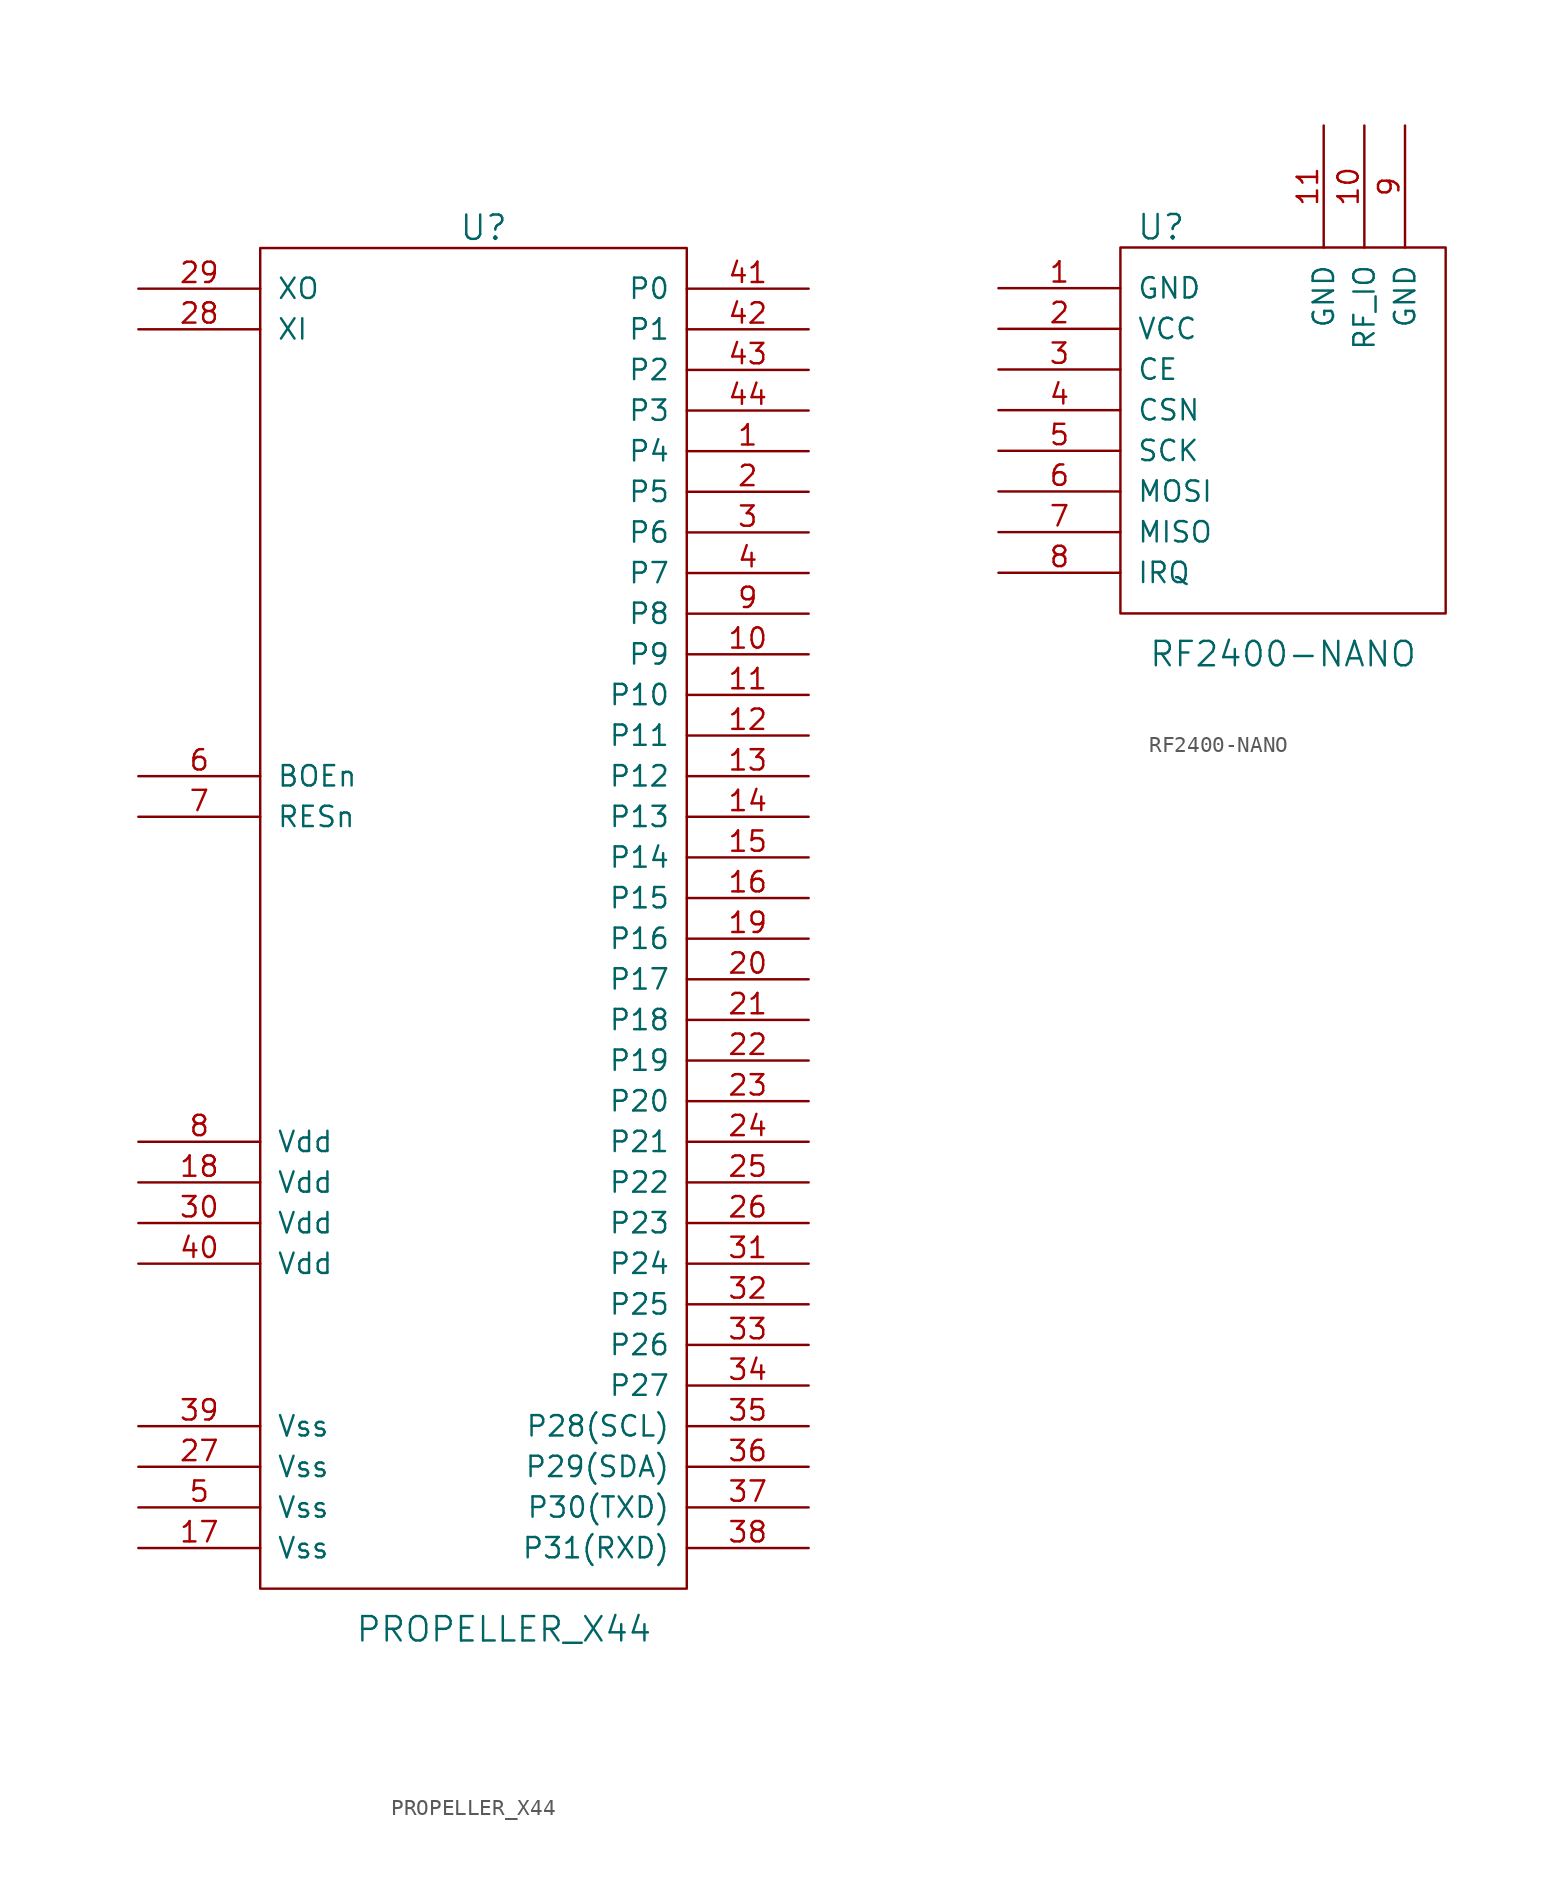
<source format=kicad_sym>
(kicad_symbol_lib
  (version 20231120)
  (generator "kicad_symbol_editor")
  (generator_version "8.0")
  (symbol "PROPELLER_X44"
    (pin_names
      (offset 1.016))
    (property "Reference" "U"
      (at 0 43.18 0)
      (effects (font (size 1.524 1.524))))
    (property "Value" "PROPELLER_X44"
      (at 1.27 -44.45 0)
      (effects (font (size 1.524 1.524))))
    (property "Footprint" ""
      (at 0 0 0)
      (effects (font (size 1.524 1.524))))
    (property "Datasheet" ""
      (at 0 0 0)
      (effects (font (size 1.524 1.524))))
    (symbol "PROPELLER_X44_0_1"
      (rectangle (start -13.97 41.91) (end 12.7 -41.91) (stroke (width 0) (type solid)) (fill (type none))))
    (symbol "PROPELLER_X44_1_1"
      (pin bidirectional line (at 20.32 29.21 180) (length 7.62) (name "P4" (effects (font (size 1.27 1.27)))) (number "1" (effects (font (size 1.27 1.27)))))
      (pin bidirectional line (at 20.32 16.51 180) (length 7.62) (name "P9" (effects (font (size 1.27 1.27)))) (number "10" (effects (font (size 1.27 1.27)))))
      (pin bidirectional line (at 20.32 13.97 180) (length 7.62) (name "P10" (effects (font (size 1.27 1.27)))) (number "11" (effects (font (size 1.27 1.27)))))
      (pin bidirectional line (at 20.32 11.43 180) (length 7.62) (name "P11" (effects (font (size 1.27 1.27)))) (number "12" (effects (font (size 1.27 1.27)))))
      (pin bidirectional line (at 20.32 8.89 180) (length 7.62) (name "P12" (effects (font (size 1.27 1.27)))) (number "13" (effects (font (size 1.27 1.27)))))
      (pin bidirectional line (at 20.32 6.35 180) (length 7.62) (name "P13" (effects (font (size 1.27 1.27)))) (number "14" (effects (font (size 1.27 1.27)))))
      (pin bidirectional line (at 20.32 3.81 180) (length 7.62) (name "P14" (effects (font (size 1.27 1.27)))) (number "15" (effects (font (size 1.27 1.27)))))
      (pin bidirectional line (at 20.32 1.27 180) (length 7.62) (name "P15" (effects (font (size 1.27 1.27)))) (number "16" (effects (font (size 1.27 1.27)))))
      (pin bidirectional line (at -21.59 -39.37 0) (length 7.62) (name "Vss" (effects (font (size 1.27 1.27)))) (number "17" (effects (font (size 1.27 1.27)))))
      (pin bidirectional line (at -21.59 -16.51 0) (length 7.62) (name "Vdd" (effects (font (size 1.27 1.27)))) (number "18" (effects (font (size 1.27 1.27)))))
      (pin bidirectional line (at 20.32 -1.27 180) (length 7.62) (name "P16" (effects (font (size 1.27 1.27)))) (number "19" (effects (font (size 1.27 1.27)))))
      (pin bidirectional line (at 20.32 26.67 180) (length 7.62) (name "P5" (effects (font (size 1.27 1.27)))) (number "2" (effects (font (size 1.27 1.27)))))
      (pin bidirectional line (at 20.32 -3.81 180) (length 7.62) (name "P17" (effects (font (size 1.27 1.27)))) (number "20" (effects (font (size 1.27 1.27)))))
      (pin bidirectional line (at 20.32 -6.35 180) (length 7.62) (name "P18" (effects (font (size 1.27 1.27)))) (number "21" (effects (font (size 1.27 1.27)))))
      (pin bidirectional line (at 20.32 -8.89 180) (length 7.62) (name "P19" (effects (font (size 1.27 1.27)))) (number "22" (effects (font (size 1.27 1.27)))))
      (pin bidirectional line (at 20.32 -11.43 180) (length 7.62) (name "P20" (effects (font (size 1.27 1.27)))) (number "23" (effects (font (size 1.27 1.27)))))
      (pin bidirectional line (at 20.32 -13.97 180) (length 7.62) (name "P21" (effects (font (size 1.27 1.27)))) (number "24" (effects (font (size 1.27 1.27)))))
      (pin bidirectional line (at 20.32 -16.51 180) (length 7.62) (name "P22" (effects (font (size 1.27 1.27)))) (number "25" (effects (font (size 1.27 1.27)))))
      (pin bidirectional line (at 20.32 -19.05 180) (length 7.62) (name "P23" (effects (font (size 1.27 1.27)))) (number "26" (effects (font (size 1.27 1.27)))))
      (pin power_in line (at -21.59 -34.29 0) (length 7.62) (name "Vss" (effects (font (size 1.27 1.27)))) (number "27" (effects (font (size 1.27 1.27)))))
      (pin input line (at -21.59 36.83 0) (length 7.62) (name "XI" (effects (font (size 1.27 1.27)))) (number "28" (effects (font (size 1.27 1.27)))))
      (pin output line (at -21.59 39.37 0) (length 7.62) (name "XO" (effects (font (size 1.27 1.27)))) (number "29" (effects (font (size 1.27 1.27)))))
      (pin bidirectional line (at 20.32 24.13 180) (length 7.62) (name "P6" (effects (font (size 1.27 1.27)))) (number "3" (effects (font (size 1.27 1.27)))))
      (pin power_in line (at -21.59 -19.05 0) (length 7.62) (name "Vdd" (effects (font (size 1.27 1.27)))) (number "30" (effects (font (size 1.27 1.27)))))
      (pin bidirectional line (at 20.32 -21.59 180) (length 7.62) (name "P24" (effects (font (size 1.27 1.27)))) (number "31" (effects (font (size 1.27 1.27)))))
      (pin bidirectional line (at 20.32 -24.13 180) (length 7.62) (name "P25" (effects (font (size 1.27 1.27)))) (number "32" (effects (font (size 1.27 1.27)))))
      (pin bidirectional line (at 20.32 -26.67 180) (length 7.62) (name "P26" (effects (font (size 1.27 1.27)))) (number "33" (effects (font (size 1.27 1.27)))))
      (pin bidirectional line (at 20.32 -29.21 180) (length 7.62) (name "P27" (effects (font (size 1.27 1.27)))) (number "34" (effects (font (size 1.27 1.27)))))
      (pin bidirectional line (at 20.32 -31.75 180) (length 7.62) (name "P28(SCL)" (effects (font (size 1.27 1.27)))) (number "35" (effects (font (size 1.27 1.27)))))
      (pin bidirectional line (at 20.32 -34.29 180) (length 7.62) (name "P29(SDA)" (effects (font (size 1.27 1.27)))) (number "36" (effects (font (size 1.27 1.27)))))
      (pin bidirectional line (at 20.32 -36.83 180) (length 7.62) (name "P30(TXD)" (effects (font (size 1.27 1.27)))) (number "37" (effects (font (size 1.27 1.27)))))
      (pin bidirectional line (at 20.32 -39.37 180) (length 7.62) (name "P31(RXD)" (effects (font (size 1.27 1.27)))) (number "38" (effects (font (size 1.27 1.27)))))
      (pin power_in line (at -21.59 -31.75 0) (length 7.62) (name "Vss" (effects (font (size 1.27 1.27)))) (number "39" (effects (font (size 1.27 1.27)))))
      (pin bidirectional line (at 20.32 21.59 180) (length 7.62) (name "P7" (effects (font (size 1.27 1.27)))) (number "4" (effects (font (size 1.27 1.27)))))
      (pin power_in line (at -21.59 -21.59 0) (length 7.62) (name "Vdd" (effects (font (size 1.27 1.27)))) (number "40" (effects (font (size 1.27 1.27)))))
      (pin bidirectional line (at 20.32 39.37 180) (length 7.62) (name "P0" (effects (font (size 1.27 1.27)))) (number "41" (effects (font (size 1.27 1.27)))))
      (pin bidirectional line (at 20.32 36.83 180) (length 7.62) (name "P1" (effects (font (size 1.27 1.27)))) (number "42" (effects (font (size 1.27 1.27)))))
      (pin bidirectional line (at 20.32 34.29 180) (length 7.62) (name "P2" (effects (font (size 1.27 1.27)))) (number "43" (effects (font (size 1.27 1.27)))))
      (pin bidirectional line (at 20.32 31.75 180) (length 7.62) (name "P3" (effects (font (size 1.27 1.27)))) (number "44" (effects (font (size 1.27 1.27)))))
      (pin power_in line (at -21.59 -36.83 0) (length 7.62) (name "Vss" (effects (font (size 1.27 1.27)))) (number "5" (effects (font (size 1.27 1.27)))))
      (pin bidirectional line (at -21.59 8.89 0) (length 7.62) (name "BOEn" (effects (font (size 1.27 1.27)))) (number "6" (effects (font (size 1.27 1.27)))))
      (pin input line (at -21.59 6.35 0) (length 7.62) (name "RESn" (effects (font (size 1.27 1.27)))) (number "7" (effects (font (size 1.27 1.27)))))
      (pin power_in line (at -21.59 -13.97 0) (length 7.62) (name "Vdd" (effects (font (size 1.27 1.27)))) (number "8" (effects (font (size 1.27 1.27)))))
      (pin bidirectional line (at 20.32 19.05 180) (length 7.62) (name "P8" (effects (font (size 1.27 1.27)))) (number "9" (effects (font (size 1.27 1.27)))))))
  (symbol "RF2400-NANO"
    (pin_names
      (offset 1.016))
    (property "Reference" "U"
      (at -7.62 12.7 0)
      (effects (font (size 1.524 1.524))))
    (property "Value" "RF2400-NANO"
      (at 0 -13.97 0)
      (effects (font (size 1.524 1.524))))
    (property "Footprint" ""
      (at 0 0 0)
      (effects (font (size 1.524 1.524))))
    (property "Datasheet" ""
      (at 0 0 0)
      (effects (font (size 1.524 1.524))))
    (symbol "RF2400-NANO_0_1"
      (rectangle (start -10.16 11.43) (end 10.16 -11.43) (stroke (width 0) (type solid)) (fill (type none))))
    (symbol "RF2400-NANO_1_1"
      (pin power_in line (at -17.78 8.89 0) (length 7.62) (name "GND" (effects (font (size 1.27 1.27)))) (number "1" (effects (font (size 1.27 1.27)))))
      (pin bidirectional line (at 5.08 19.05 270) (length 7.62) (name "RF_IO" (effects (font (size 1.27 1.27)))) (number "10" (effects (font (size 1.27 1.27)))))
      (pin input line (at 2.54 19.05 270) (length 7.62) (name "GND" (effects (font (size 1.27 1.27)))) (number "11" (effects (font (size 1.27 1.27)))))
      (pin power_in line (at -17.78 6.35 0) (length 7.62) (name "VCC" (effects (font (size 1.27 1.27)))) (number "2" (effects (font (size 1.27 1.27)))))
      (pin input line (at -17.78 3.81 0) (length 7.62) (name "CE" (effects (font (size 1.27 1.27)))) (number "3" (effects (font (size 1.27 1.27)))))
      (pin input line (at -17.78 1.27 0) (length 7.62) (name "CSN" (effects (font (size 1.27 1.27)))) (number "4" (effects (font (size 1.27 1.27)))))
      (pin input line (at -17.78 -1.27 0) (length 7.62) (name "SCK" (effects (font (size 1.27 1.27)))) (number "5" (effects (font (size 1.27 1.27)))))
      (pin input line (at -17.78 -3.81 0) (length 7.62) (name "MOSI" (effects (font (size 1.27 1.27)))) (number "6" (effects (font (size 1.27 1.27)))))
      (pin output line (at -17.78 -6.35 0) (length 7.62) (name "MISO" (effects (font (size 1.27 1.27)))) (number "7" (effects (font (size 1.27 1.27)))))
      (pin output line (at -17.78 -8.89 0) (length 7.62) (name "IRQ" (effects (font (size 1.27 1.27)))) (number "8" (effects (font (size 1.27 1.27)))))
      (pin input line (at 7.62 19.05 270) (length 7.62) (name "GND" (effects (font (size 1.27 1.27)))) (number "9" (effects (font (size 1.27 1.27))))))))
</source>
